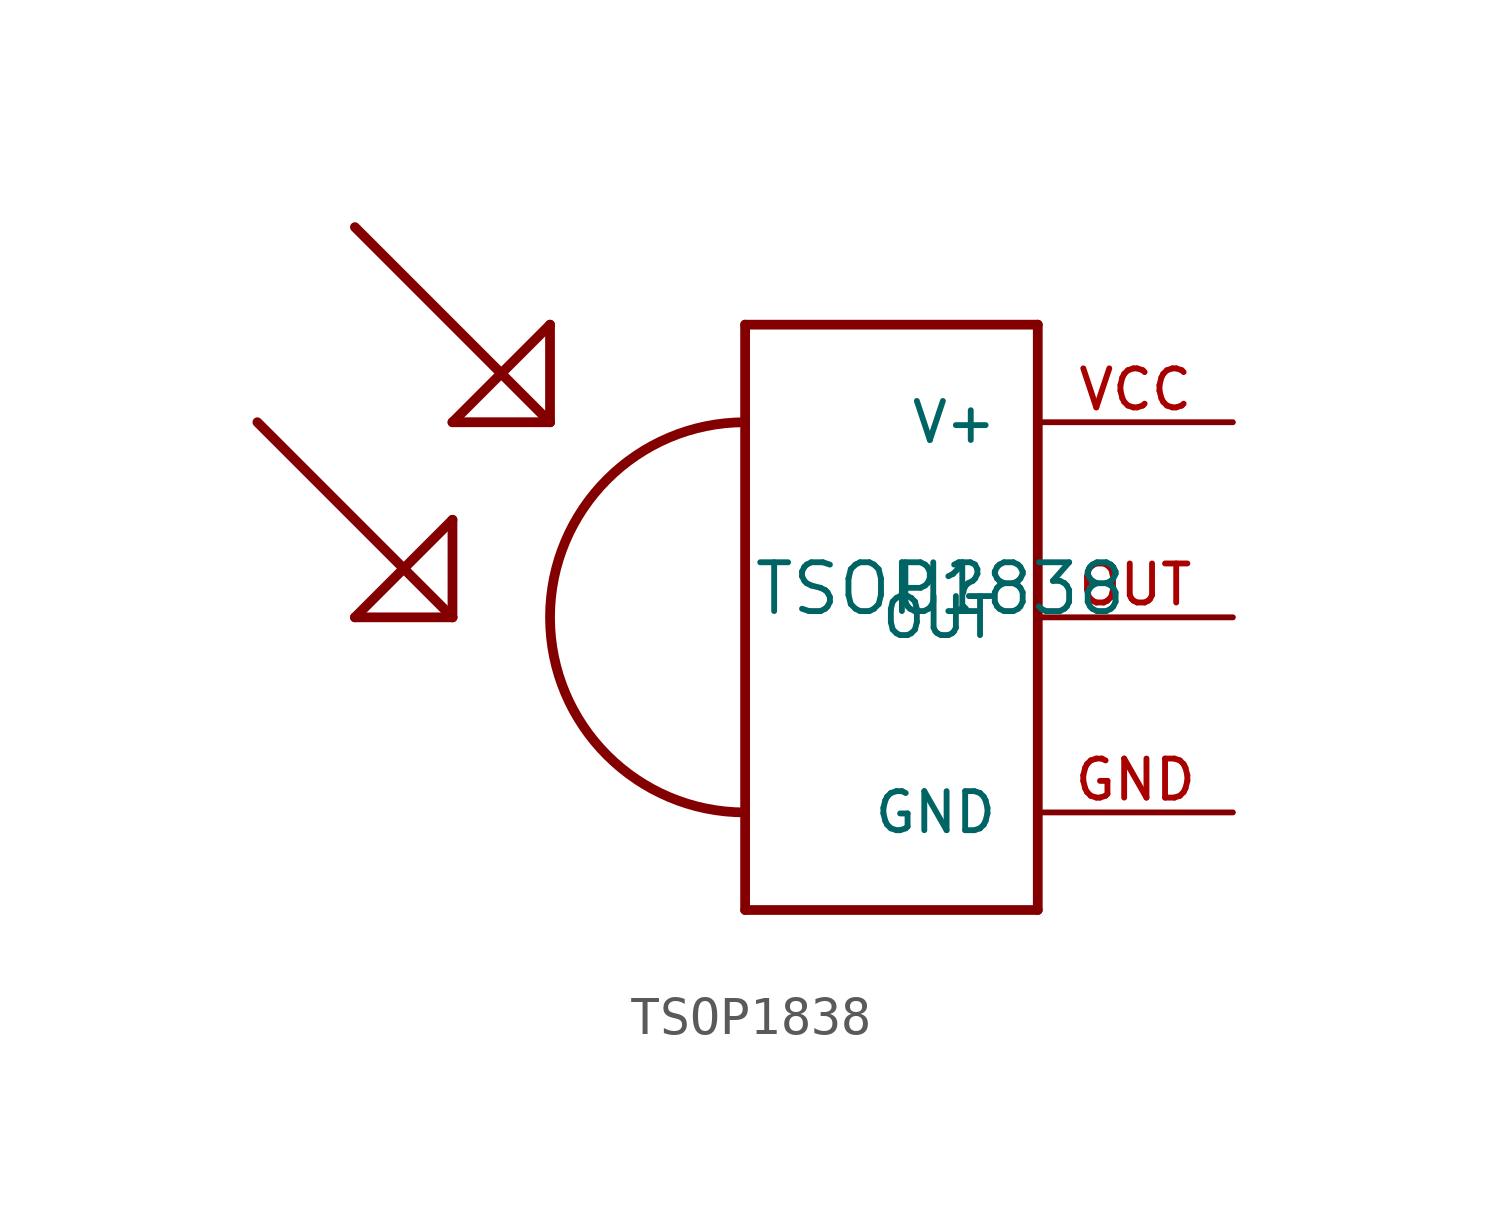
<source format=kicad_sym>
(kicad_symbol_lib
  (version 20211014)
  (generator kicad_symbol_editor)
  (symbol "TSOP1838"
    (pin_names
      (offset 1.016))
    (property "Reference" "U"
      (at 0 0 0)
      (effects (font (size 1.27 1.27)) (justify bottom)))
    (property "Value" "TSOP1838"
      (at 0 0.0 0)
      (effects (font (size 1.27 1.27)) (justify bottom)))
    (symbol "TSOP1838_0_0"
      (arc (start -5.08 5.08) (mid -10.16 -0.0) (end -5.08 -5.08) (stroke (width 0.254) (type default) (color 0 0 0 0)) (fill (type none)))
      (polyline (pts (xy -15.24 0.0) (xy -12.7 0.0)) (stroke (width 0.254)))
      (polyline (pts (xy -12.7 0.0) (xy -17.78 5.08)) (stroke (width 0.254)))
      (polyline (pts (xy -15.24 0.0) (xy -12.7 2.54)) (stroke (width 0.254)))
      (polyline (pts (xy -12.7 2.54) (xy -12.7 0.0)) (stroke (width 0.254)))
      (polyline (pts (xy -15.24 10.16) (xy -10.16 5.08)) (stroke (width 0.254)))
      (polyline (pts (xy -10.16 5.08) (xy -10.16 7.62)) (stroke (width 0.254)))
      (polyline (pts (xy -10.16 7.62) (xy -12.7 5.08)) (stroke (width 0.254)))
      (polyline (pts (xy -12.7 5.08) (xy -10.16 5.08)) (stroke (width 0.254)))
      (polyline (pts (xy -5.08 7.62) (xy 2.54 7.62)) (stroke (width 0.254)))
      (polyline (pts (xy 2.54 7.62) (xy 2.54 -7.62)) (stroke (width 0.254)))
      (polyline (pts (xy 2.54 -7.62) (xy -5.08 -7.62)) (stroke (width 0.254)))
      (polyline (pts (xy -5.08 -7.62) (xy -5.08 7.62)) (stroke (width 0.254)))
      (pin bidirectional line (at 7.62 -5.08 180.0) (length 5.08) (name "GND" (effects (font (size 1.016 1.016)))) (number "GND" (effects (font (size 1.016 1.016)))))
      (pin bidirectional line (at 7.62 0.0 180.0) (length 5.08) (name "OUT" (effects (font (size 1.016 1.016)))) (number "OUT" (effects (font (size 1.016 1.016)))))
      (pin bidirectional line (at 7.62 5.08 180.0) (length 5.08) (name "V+" (effects (font (size 1.016 1.016)))) (number "VCC" (effects (font (size 1.016 1.016))))))))
</source>
